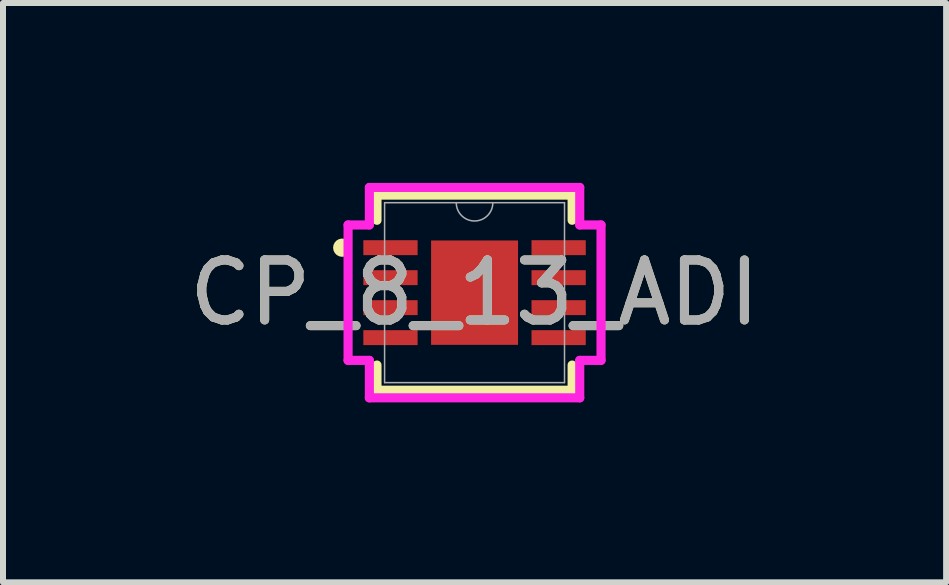
<source format=kicad_pcb>
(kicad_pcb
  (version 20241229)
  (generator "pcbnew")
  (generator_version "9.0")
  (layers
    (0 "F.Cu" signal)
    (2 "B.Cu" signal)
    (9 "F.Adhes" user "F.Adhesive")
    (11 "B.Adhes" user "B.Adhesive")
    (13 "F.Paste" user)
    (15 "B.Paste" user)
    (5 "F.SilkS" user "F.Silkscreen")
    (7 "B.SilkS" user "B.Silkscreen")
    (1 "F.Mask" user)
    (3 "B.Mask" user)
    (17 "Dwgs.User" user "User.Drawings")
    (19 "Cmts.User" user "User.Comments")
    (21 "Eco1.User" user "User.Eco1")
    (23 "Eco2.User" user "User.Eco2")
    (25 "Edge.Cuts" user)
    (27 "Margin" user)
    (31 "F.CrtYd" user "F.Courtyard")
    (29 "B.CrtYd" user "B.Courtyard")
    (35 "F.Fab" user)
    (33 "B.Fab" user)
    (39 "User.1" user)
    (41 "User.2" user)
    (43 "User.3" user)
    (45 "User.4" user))
  (footprint "CP_8_13_ADI"
    (layer "F.Cu")
    (at 4.863 1.83)
    (property "Reference" "CP_8_13_ADI" (at 0 0 0) (unlocked yes) (layer "F.SilkS") (effects (font (size 1 1) (thickness 0.15))))
    (attr smd)
    (fp_line (start -1.627 -1.627) (end -1.627 -1.207) (stroke (width 0.152) (type solid)) (layer "F.SilkS"))
    (fp_line (start -1.627 1.207) (end -1.627 1.627) (stroke (width 0.152) (type solid)) (layer "F.SilkS"))
    (fp_line (start -1.627 1.627) (end 1.627 1.627) (stroke (width 0.152) (type solid)) (layer "F.SilkS"))
    (fp_line (start 1.627 -1.627) (end -1.627 -1.627) (stroke (width 0.152) (type solid)) (layer "F.SilkS"))
    (fp_line (start 1.627 -1.207) (end 1.627 -1.627) (stroke (width 0.152) (type solid)) (layer "F.SilkS"))
    (fp_line (start 1.627 1.627) (end 1.627 1.207) (stroke (width 0.152) (type solid)) (layer "F.SilkS"))
    (fp_arc (start -2.18754 -0.676171) (mid -2.2826 -0.75) (end -2.18754 -0.823829) (stroke (width 0.1524) (type solid)) (layer "F.SilkS"))
    (fp_line (start -2.109 -1.129) (end -1.754 -1.129) (stroke (width 0.152) (type solid)) (layer "F.CrtYd"))
    (fp_line (start -2.109 1.129) (end -2.109 -1.129) (stroke (width 0.152) (type solid)) (layer "F.CrtYd"))
    (fp_line (start -2.109 1.129) (end -1.754 1.129) (stroke (width 0.152) (type solid)) (layer "F.CrtYd"))
    (fp_line (start -1.754 -1.754) (end 1.754 -1.754) (stroke (width 0.152) (type solid)) (layer "F.CrtYd"))
    (fp_line (start -1.754 -1.129) (end -1.754 -1.754) (stroke (width 0.152) (type solid)) (layer "F.CrtYd"))
    (fp_line (start -1.754 1.754) (end -1.754 1.129) (stroke (width 0.152) (type solid)) (layer "F.CrtYd"))
    (fp_line (start 1.754 -1.754) (end 1.754 -1.129) (stroke (width 0.152) (type solid)) (layer "F.CrtYd"))
    (fp_line (start 1.754 1.129) (end 1.754 1.754) (stroke (width 0.152) (type solid)) (layer "F.CrtYd"))
    (fp_line (start 1.754 1.754) (end -1.754 1.754) (stroke (width 0.152) (type solid)) (layer "F.CrtYd"))
    (fp_line (start 2.109 -1.129) (end 1.754 -1.129) (stroke (width 0.152) (type solid)) (layer "F.CrtYd"))
    (fp_line (start 2.109 -1.129) (end 2.109 1.129) (stroke (width 0.152) (type solid)) (layer "F.CrtYd"))
    (fp_line (start 2.109 1.129) (end 1.754 1.129) (stroke (width 0.152) (type solid)) (layer "F.CrtYd"))
    (fp_line (start -1.5 -1.5) (end -1.5 1.5) (stroke (width 0.025) (type solid)) (layer "F.Fab"))
    (fp_line (start -1.5 1.5) (end 1.5 1.5) (stroke (width 0.025) (type solid)) (layer "F.Fab"))
    (fp_line (start 1.5 -1.5) (end -1.5 -1.5) (stroke (width 0.025) (type solid)) (layer "F.Fab"))
    (fp_line (start 1.5 1.5) (end 1.5 -1.5) (stroke (width 0.025) (type solid)) (layer "F.Fab"))
    (fp_arc (start 0.3048 -1.5) (mid 0 -1.1952) (end -0.3048 -1.5) (stroke (width 0.0254) (type solid)) (layer "F.Fab"))
    (fp_text user "${REFERENCE}" (at 0 0 0) (unlocked yes) (layer "F.Fab") (effects (font (size 1 1) (thickness 0.15))))
    (pad "1" smd rect (at -1.402 -0.75) (size 0.905 0.249) (layers "F.Cu" "F.Mask" "F.Paste"))
    (pad "2" smd rect (at -1.402 -0.25) (size 0.905 0.249) (layers "F.Cu" "F.Mask" "F.Paste"))
    (pad "3" smd rect (at -1.402 0.25) (size 0.905 0.249) (layers "F.Cu" "F.Mask" "F.Paste"))
    (pad "4" smd rect (at -1.402 0.75) (size 0.905 0.249) (layers "F.Cu" "F.Mask" "F.Paste"))
    (pad "5" smd rect (at 1.402 0.75) (size 0.905 0.249) (layers "F.Cu" "F.Mask" "F.Paste"))
    (pad "6" smd rect (at 1.402 0.25) (size 0.905 0.249) (layers "F.Cu" "F.Mask" "F.Paste"))
    (pad "7" smd rect (at 1.402 -0.25) (size 0.905 0.249) (layers "F.Cu" "F.Mask" "F.Paste"))
    (pad "8" smd rect (at 1.402 -0.75) (size 0.905 0.249) (layers "F.Cu" "F.Mask" "F.Paste"))
    (pad "9" smd rect (at 0 0) (size 1.45 1.74) (layers "F.Cu" "F.Mask" "F.Paste")))
  (gr_rect
    (start -3 -3)
    (end 12.726 6.66)
    (stroke (width 0.1) (type default))
    (fill no)
    (layer "Edge.Cuts")))
</source>
